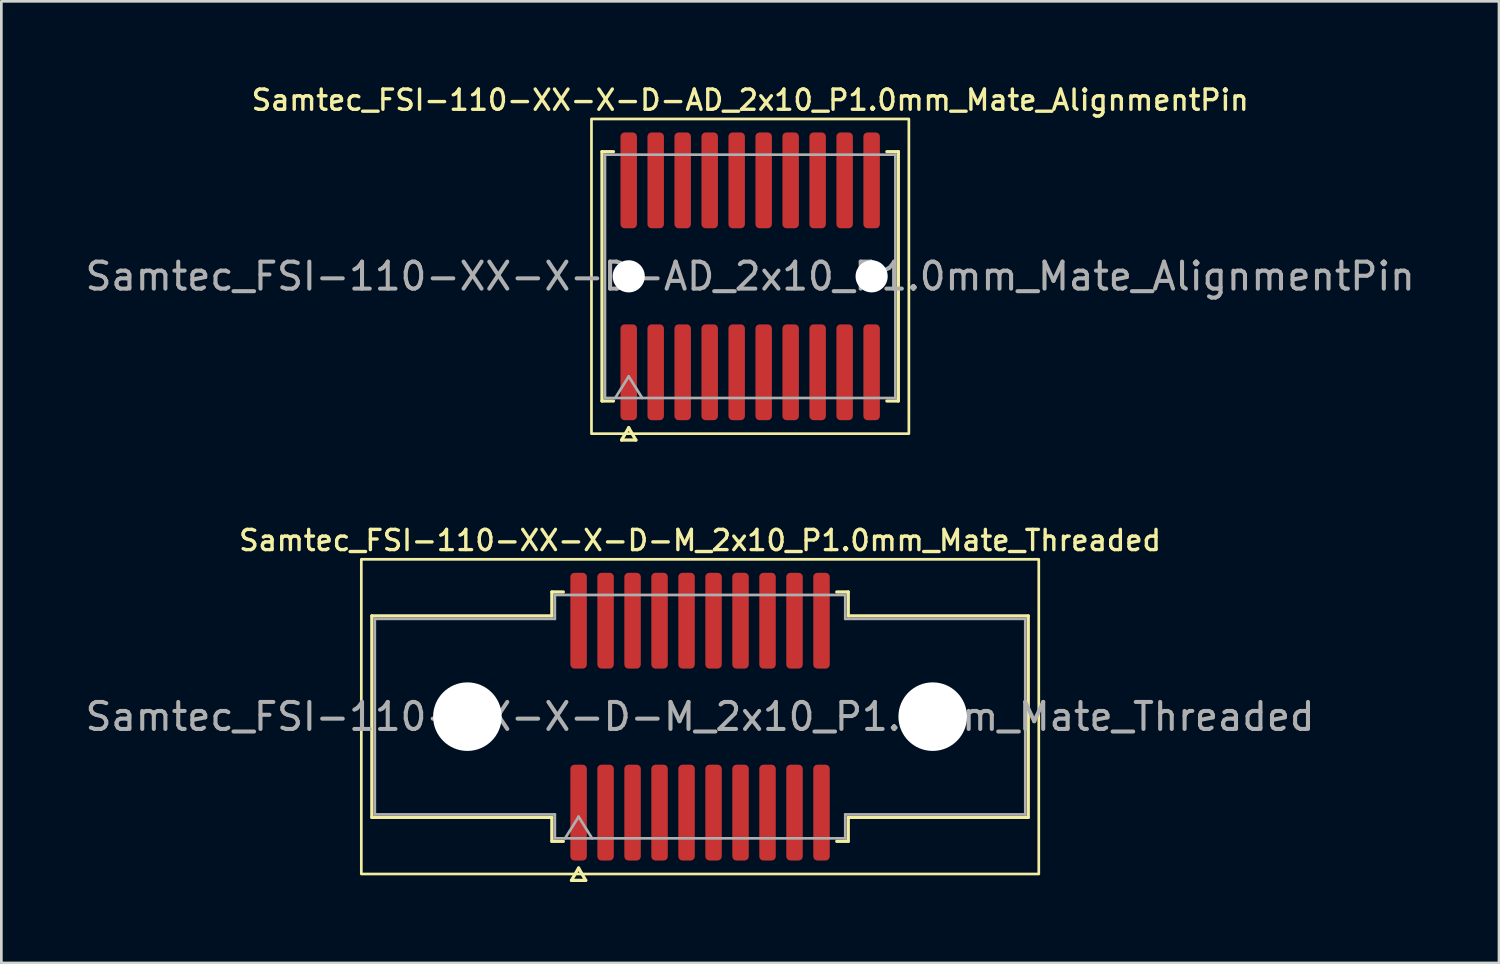
<source format=kicad_pcb>
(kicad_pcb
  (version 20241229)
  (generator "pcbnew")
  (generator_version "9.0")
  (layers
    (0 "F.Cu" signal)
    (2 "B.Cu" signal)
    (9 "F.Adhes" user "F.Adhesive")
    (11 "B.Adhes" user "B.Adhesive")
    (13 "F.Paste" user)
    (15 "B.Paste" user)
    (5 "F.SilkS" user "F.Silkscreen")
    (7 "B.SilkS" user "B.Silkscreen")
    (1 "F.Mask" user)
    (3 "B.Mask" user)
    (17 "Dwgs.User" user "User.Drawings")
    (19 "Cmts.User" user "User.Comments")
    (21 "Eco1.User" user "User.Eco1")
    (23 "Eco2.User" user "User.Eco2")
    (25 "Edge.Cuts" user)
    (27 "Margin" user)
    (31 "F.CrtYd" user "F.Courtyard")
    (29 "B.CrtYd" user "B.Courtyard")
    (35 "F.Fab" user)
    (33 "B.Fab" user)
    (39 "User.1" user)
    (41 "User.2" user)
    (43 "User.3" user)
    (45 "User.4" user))
  (footprint "Samtec_FSI-110-XX-X-D-AD_2x10_P1.0mm_Mate_AlignmentPin"
    (layer "F.Cu")
    (at 24.744 7.188)
    (property "Reference" "Samtec_FSI-110-XX-X-D-AD_2x10_P1.0mm_Mate_AlignmentPin" (at 0 -6.53 0) (layer "F.SilkS") (effects (font (size 0.75 0.75) (thickness 0.125))))
    (attr exclude_from_pos_files exclude_from_bom)
    (fp_line (start -5.49 -4.619) (end -5.065 -4.619) (stroke (width 0.12) (type solid)) (layer "F.SilkS"))
    (fp_line (start -5.49 4.619) (end -5.49 -4.619) (stroke (width 0.12) (type solid)) (layer "F.SilkS"))
    (fp_line (start -5.065 4.619) (end -5.49 4.619) (stroke (width 0.12) (type solid)) (layer "F.SilkS"))
    (fp_line (start -4.764 6.066) (end -4.5 5.609) (stroke (width 0.12) (type solid)) (layer "F.SilkS"))
    (fp_line (start -4.5 5.609) (end -4.236 6.066) (stroke (width 0.12) (type solid)) (layer "F.SilkS"))
    (fp_line (start -4.236 6.066) (end -4.764 6.066) (stroke (width 0.12) (type solid)) (layer "F.SilkS"))
    (fp_line (start 5.065 -4.619) (end 5.49 -4.619) (stroke (width 0.12) (type solid)) (layer "F.SilkS"))
    (fp_line (start 5.49 -4.619) (end 5.49 4.619) (stroke (width 0.12) (type solid)) (layer "F.SilkS"))
    (fp_line (start 5.49 4.619) (end 5.065 4.619) (stroke (width 0.12) (type solid)) (layer "F.SilkS"))
    (fp_rect (start -5.88 -5.83) (end 5.88 5.83) (stroke (width 0.1) (type solid)) (fill no) (layer "F.SilkS"))
    (fp_line (start -5.38 -4.508) (end 5.38 -4.508) (stroke (width 0.1) (type solid)) (layer "F.Fab"))
    (fp_line (start -5.38 4.508) (end -5.38 -4.508) (stroke (width 0.1) (type solid)) (layer "F.Fab"))
    (fp_line (start -5 4.508) (end -4.5 3.708) (stroke (width 0.1) (type solid)) (layer "F.Fab"))
    (fp_line (start -4.5 3.708) (end -4 4.508) (stroke (width 0.1) (type solid)) (layer "F.Fab"))
    (fp_line (start 5.38 -4.508) (end 5.38 4.508) (stroke (width 0.1) (type solid)) (layer "F.Fab"))
    (fp_line (start 5.38 4.508) (end -5.38 4.508) (stroke (width 0.1) (type solid)) (layer "F.Fab"))
    (fp_text user "${REFERENCE}" (at 0 0 0) (layer "F.Fab") (effects (font (size 1 1) (thickness 0.15))))
    (pad "" np_thru_hole circle (at -4.5 0) (size 1.19 1.19) (drill 1.19) (layers "*.Cu" "*.Mask"))
    (pad "" np_thru_hole circle (at 4.5 0) (size 1.19 1.19) (drill 1.19) (layers "*.Cu" "*.Mask"))
    (pad "1" smd roundrect (at -4.5 3.555) (size 0.61 3.55) (layers "F.Cu" "F.Mask") (roundrect_rratio 0.25))
    (pad "2" smd roundrect (at -4.5 -3.555) (size 0.61 3.55) (layers "F.Cu" "F.Mask") (roundrect_rratio 0.25))
    (pad "3" smd roundrect (at -3.5 3.555) (size 0.61 3.55) (layers "F.Cu" "F.Mask") (roundrect_rratio 0.25))
    (pad "4" smd roundrect (at -3.5 -3.555) (size 0.61 3.55) (layers "F.Cu" "F.Mask") (roundrect_rratio 0.25))
    (pad "5" smd roundrect (at -2.5 3.555) (size 0.61 3.55) (layers "F.Cu" "F.Mask") (roundrect_rratio 0.25))
    (pad "6" smd roundrect (at -2.5 -3.555) (size 0.61 3.55) (layers "F.Cu" "F.Mask") (roundrect_rratio 0.25))
    (pad "7" smd roundrect (at -1.5 3.555) (size 0.61 3.55) (layers "F.Cu" "F.Mask") (roundrect_rratio 0.25))
    (pad "8" smd roundrect (at -1.5 -3.555) (size 0.61 3.55) (layers "F.Cu" "F.Mask") (roundrect_rratio 0.25))
    (pad "9" smd roundrect (at -0.5 3.555) (size 0.61 3.55) (layers "F.Cu" "F.Mask") (roundrect_rratio 0.25))
    (pad "10" smd roundrect (at -0.5 -3.555) (size 0.61 3.55) (layers "F.Cu" "F.Mask") (roundrect_rratio 0.25))
    (pad "11" smd roundrect (at 0.5 3.555) (size 0.61 3.55) (layers "F.Cu" "F.Mask") (roundrect_rratio 0.25))
    (pad "12" smd roundrect (at 0.5 -3.555) (size 0.61 3.55) (layers "F.Cu" "F.Mask") (roundrect_rratio 0.25))
    (pad "13" smd roundrect (at 1.5 3.555) (size 0.61 3.55) (layers "F.Cu" "F.Mask") (roundrect_rratio 0.25))
    (pad "14" smd roundrect (at 1.5 -3.555) (size 0.61 3.55) (layers "F.Cu" "F.Mask") (roundrect_rratio 0.25))
    (pad "15" smd roundrect (at 2.5 3.555) (size 0.61 3.55) (layers "F.Cu" "F.Mask") (roundrect_rratio 0.25))
    (pad "16" smd roundrect (at 2.5 -3.555) (size 0.61 3.55) (layers "F.Cu" "F.Mask") (roundrect_rratio 0.25))
    (pad "17" smd roundrect (at 3.5 3.555) (size 0.61 3.55) (layers "F.Cu" "F.Mask") (roundrect_rratio 0.25))
    (pad "18" smd roundrect (at 3.5 -3.555) (size 0.61 3.55) (layers "F.Cu" "F.Mask") (roundrect_rratio 0.25))
    (pad "19" smd roundrect (at 4.5 3.555) (size 0.61 3.55) (layers "F.Cu" "F.Mask") (roundrect_rratio 0.25))
    (pad "20" smd roundrect (at 4.5 -3.555) (size 0.61 3.55) (layers "F.Cu" "F.Mask") (roundrect_rratio 0.25)))
  (footprint "Samtec_FSI-110-XX-X-D-M_2x10_P1.0mm_Mate_Threaded"
    (layer "F.Cu")
    (at 22.887 23.502)
    (property "Reference" "Samtec_FSI-110-XX-X-D-M_2x10_P1.0mm_Mate_Threaded" (at 0 -6.53 0) (layer "F.SilkS") (effects (font (size 0.75 0.75) (thickness 0.125))))
    (attr exclude_from_pos_files exclude_from_bom)
    (fp_line (start -12.16 -3.733) (end -5.49 -3.733) (stroke (width 0.12) (type solid)) (layer "F.SilkS"))
    (fp_line (start -12.16 3.733) (end -12.16 -3.733) (stroke (width 0.12) (type solid)) (layer "F.SilkS"))
    (fp_line (start -5.49 -4.619) (end -5.065 -4.619) (stroke (width 0.12) (type solid)) (layer "F.SilkS"))
    (fp_line (start -5.49 -3.733) (end -5.49 -4.619) (stroke (width 0.12) (type solid)) (layer "F.SilkS"))
    (fp_line (start -5.49 3.733) (end -12.16 3.733) (stroke (width 0.12) (type solid)) (layer "F.SilkS"))
    (fp_line (start -5.49 4.619) (end -5.49 3.733) (stroke (width 0.12) (type solid)) (layer "F.SilkS"))
    (fp_line (start -5.065 4.619) (end -5.49 4.619) (stroke (width 0.12) (type solid)) (layer "F.SilkS"))
    (fp_line (start -4.764 6.066) (end -4.5 5.609) (stroke (width 0.12) (type solid)) (layer "F.SilkS"))
    (fp_line (start -4.5 5.609) (end -4.236 6.066) (stroke (width 0.12) (type solid)) (layer "F.SilkS"))
    (fp_line (start -4.236 6.066) (end -4.764 6.066) (stroke (width 0.12) (type solid)) (layer "F.SilkS"))
    (fp_line (start 5.065 -4.619) (end 5.49 -4.619) (stroke (width 0.12) (type solid)) (layer "F.SilkS"))
    (fp_line (start 5.49 -4.619) (end 5.49 -3.733) (stroke (width 0.12) (type solid)) (layer "F.SilkS"))
    (fp_line (start 5.49 -3.733) (end 12.16 -3.733) (stroke (width 0.12) (type solid)) (layer "F.SilkS"))
    (fp_line (start 5.49 3.733) (end 5.49 4.619) (stroke (width 0.12) (type solid)) (layer "F.SilkS"))
    (fp_line (start 5.49 4.619) (end 5.065 4.619) (stroke (width 0.12) (type solid)) (layer "F.SilkS"))
    (fp_line (start 12.16 -3.733) (end 12.16 3.733) (stroke (width 0.12) (type solid)) (layer "F.SilkS"))
    (fp_line (start 12.16 3.733) (end 5.49 3.733) (stroke (width 0.12) (type solid)) (layer "F.SilkS"))
    (fp_rect (start -12.55 -5.83) (end 12.55 5.83) (stroke (width 0.1) (type solid)) (fill no) (layer "F.SilkS"))
    (fp_line (start -12.05 -3.623) (end -5.38 -3.623) (stroke (width 0.1) (type solid)) (layer "F.Fab"))
    (fp_line (start -12.05 3.623) (end -12.05 -3.623) (stroke (width 0.1) (type solid)) (layer "F.Fab"))
    (fp_line (start -5.38 -4.508) (end 5.38 -4.508) (stroke (width 0.1) (type solid)) (layer "F.Fab"))
    (fp_line (start -5.38 -3.623) (end -5.38 -4.508) (stroke (width 0.1) (type solid)) (layer "F.Fab"))
    (fp_line (start -5.38 3.623) (end -12.05 3.623) (stroke (width 0.1) (type solid)) (layer "F.Fab"))
    (fp_line (start -5.38 4.508) (end -5.38 3.623) (stroke (width 0.1) (type solid)) (layer "F.Fab"))
    (fp_line (start -5 4.508) (end -4.5 3.708) (stroke (width 0.1) (type solid)) (layer "F.Fab"))
    (fp_line (start -4.5 3.708) (end -4 4.508) (stroke (width 0.1) (type solid)) (layer "F.Fab"))
    (fp_line (start 5.38 -4.508) (end 5.38 -3.623) (stroke (width 0.1) (type solid)) (layer "F.Fab"))
    (fp_line (start 5.38 -3.623) (end 12.05 -3.623) (stroke (width 0.1) (type solid)) (layer "F.Fab"))
    (fp_line (start 5.38 3.623) (end 5.38 4.508) (stroke (width 0.1) (type solid)) (layer "F.Fab"))
    (fp_line (start 5.38 4.508) (end -5.38 4.508) (stroke (width 0.1) (type solid)) (layer "F.Fab"))
    (fp_line (start 12.05 -3.623) (end 12.05 3.623) (stroke (width 0.1) (type solid)) (layer "F.Fab"))
    (fp_line (start 12.05 3.623) (end 5.38 3.623) (stroke (width 0.1) (type solid)) (layer "F.Fab"))
    (fp_text user "${REFERENCE}" (at 0 0 0) (layer "F.Fab") (effects (font (size 1 1) (thickness 0.15))))
    (pad "" np_thru_hole circle (at -8.62 0) (size 2.54 2.54) (drill 2.54) (layers "*.Cu" "*.Mask"))
    (pad "" np_thru_hole circle (at 8.62 0) (size 2.54 2.54) (drill 2.54) (layers "*.Cu" "*.Mask"))
    (pad "1" smd roundrect (at -4.5 3.555) (size 0.61 3.55) (layers "F.Cu" "F.Mask") (roundrect_rratio 0.25))
    (pad "2" smd roundrect (at -4.5 -3.555) (size 0.61 3.55) (layers "F.Cu" "F.Mask") (roundrect_rratio 0.25))
    (pad "3" smd roundrect (at -3.5 3.555) (size 0.61 3.55) (layers "F.Cu" "F.Mask") (roundrect_rratio 0.25))
    (pad "4" smd roundrect (at -3.5 -3.555) (size 0.61 3.55) (layers "F.Cu" "F.Mask") (roundrect_rratio 0.25))
    (pad "5" smd roundrect (at -2.5 3.555) (size 0.61 3.55) (layers "F.Cu" "F.Mask") (roundrect_rratio 0.25))
    (pad "6" smd roundrect (at -2.5 -3.555) (size 0.61 3.55) (layers "F.Cu" "F.Mask") (roundrect_rratio 0.25))
    (pad "7" smd roundrect (at -1.5 3.555) (size 0.61 3.55) (layers "F.Cu" "F.Mask") (roundrect_rratio 0.25))
    (pad "8" smd roundrect (at -1.5 -3.555) (size 0.61 3.55) (layers "F.Cu" "F.Mask") (roundrect_rratio 0.25))
    (pad "9" smd roundrect (at -0.5 3.555) (size 0.61 3.55) (layers "F.Cu" "F.Mask") (roundrect_rratio 0.25))
    (pad "10" smd roundrect (at -0.5 -3.555) (size 0.61 3.55) (layers "F.Cu" "F.Mask") (roundrect_rratio 0.25))
    (pad "11" smd roundrect (at 0.5 3.555) (size 0.61 3.55) (layers "F.Cu" "F.Mask") (roundrect_rratio 0.25))
    (pad "12" smd roundrect (at 0.5 -3.555) (size 0.61 3.55) (layers "F.Cu" "F.Mask") (roundrect_rratio 0.25))
    (pad "13" smd roundrect (at 1.5 3.555) (size 0.61 3.55) (layers "F.Cu" "F.Mask") (roundrect_rratio 0.25))
    (pad "14" smd roundrect (at 1.5 -3.555) (size 0.61 3.55) (layers "F.Cu" "F.Mask") (roundrect_rratio 0.25))
    (pad "15" smd roundrect (at 2.5 3.555) (size 0.61 3.55) (layers "F.Cu" "F.Mask") (roundrect_rratio 0.25))
    (pad "16" smd roundrect (at 2.5 -3.555) (size 0.61 3.55) (layers "F.Cu" "F.Mask") (roundrect_rratio 0.25))
    (pad "17" smd roundrect (at 3.5 3.555) (size 0.61 3.55) (layers "F.Cu" "F.Mask") (roundrect_rratio 0.25))
    (pad "18" smd roundrect (at 3.5 -3.555) (size 0.61 3.55) (layers "F.Cu" "F.Mask") (roundrect_rratio 0.25))
    (pad "19" smd roundrect (at 4.5 3.555) (size 0.61 3.55) (layers "F.Cu" "F.Mask") (roundrect_rratio 0.25))
    (pad "20" smd roundrect (at 4.5 -3.555) (size 0.61 3.55) (layers "F.Cu" "F.Mask") (roundrect_rratio 0.25)))
  (gr_rect
    (start -3 -3)
    (end 52.488 32.628)
    (stroke (width 0.1) (type default))
    (fill no)
    (layer "Edge.Cuts")))
</source>
